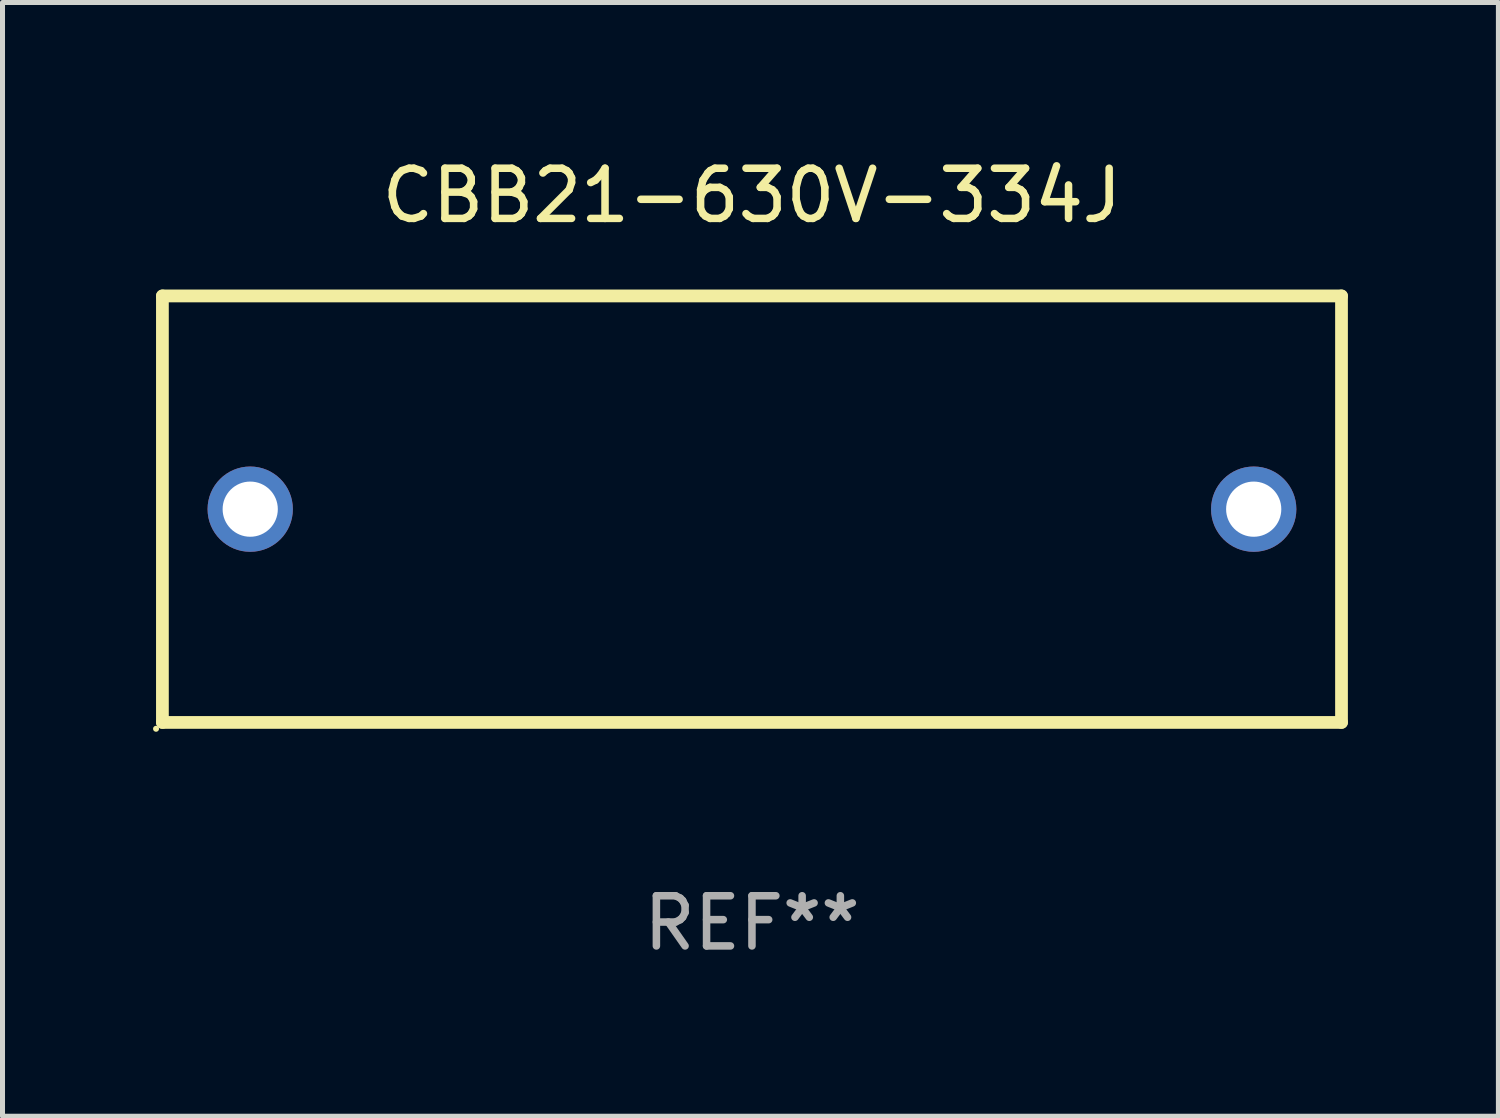
<source format=kicad_pcb>
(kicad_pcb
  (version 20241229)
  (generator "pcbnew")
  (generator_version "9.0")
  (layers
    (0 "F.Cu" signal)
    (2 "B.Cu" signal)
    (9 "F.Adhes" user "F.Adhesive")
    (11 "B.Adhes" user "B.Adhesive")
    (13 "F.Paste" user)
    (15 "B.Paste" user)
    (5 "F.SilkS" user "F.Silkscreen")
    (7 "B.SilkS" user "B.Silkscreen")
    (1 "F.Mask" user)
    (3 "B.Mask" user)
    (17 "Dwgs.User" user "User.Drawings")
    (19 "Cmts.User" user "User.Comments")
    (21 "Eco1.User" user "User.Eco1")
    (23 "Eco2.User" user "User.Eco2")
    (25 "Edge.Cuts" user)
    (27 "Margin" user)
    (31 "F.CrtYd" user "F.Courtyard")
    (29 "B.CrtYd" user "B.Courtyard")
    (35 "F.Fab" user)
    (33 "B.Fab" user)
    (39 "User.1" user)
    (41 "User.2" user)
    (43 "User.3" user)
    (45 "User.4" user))
  (footprint "CBB21-630V-334J"
    (layer "F.Cu")
    (at 11.937 7.098)
    (property "Reference" "CBB21-630V-334J" (at 0 -6.25 0) (layer "F.SilkS") (effects (font (size 1 1) (thickness 0.15))))
    (attr through_hole)
    (fp_line (start -11.75 -4.25) (end -11.75 4.25) (stroke (width 0.254) (type solid)) (layer "F.SilkS"))
    (fp_line (start -11.75 -4.25) (end 11.75 -4.25) (stroke (width 0.254) (type solid)) (layer "F.SilkS"))
    (fp_line (start 11.75 -4.25) (end 11.75 4.25) (stroke (width 0.254) (type solid)) (layer "F.SilkS"))
    (fp_line (start 11.75 4.25) (end -11.75 4.25) (stroke (width 0.254) (type solid)) (layer "F.SilkS"))
    (fp_circle (center -11.877 4.377) (end -11.847 4.377) (stroke (width 0.06) (type solid)) (fill no) (layer "F.SilkS"))
    (fp_text user "REF**" (at 0 8.25 0) (layer "F.Fab") (effects (font (size 1 1) (thickness 0.15))))
    (pad "1" thru_hole circle (at -10 0) (size 1.7 1.7) (drill 1.1) (layers "*.Cu" "*.Mask"))
    (pad "2" thru_hole circle (at 10 0) (size 1.7 1.7) (drill 1.1) (layers "*.Cu" "*.Mask")))
  (gr_rect
    (start -3 -3)
    (end 26.814 19.197)
    (stroke (width 0.1) (type default))
    (fill no)
    (layer "Edge.Cuts")))
</source>
